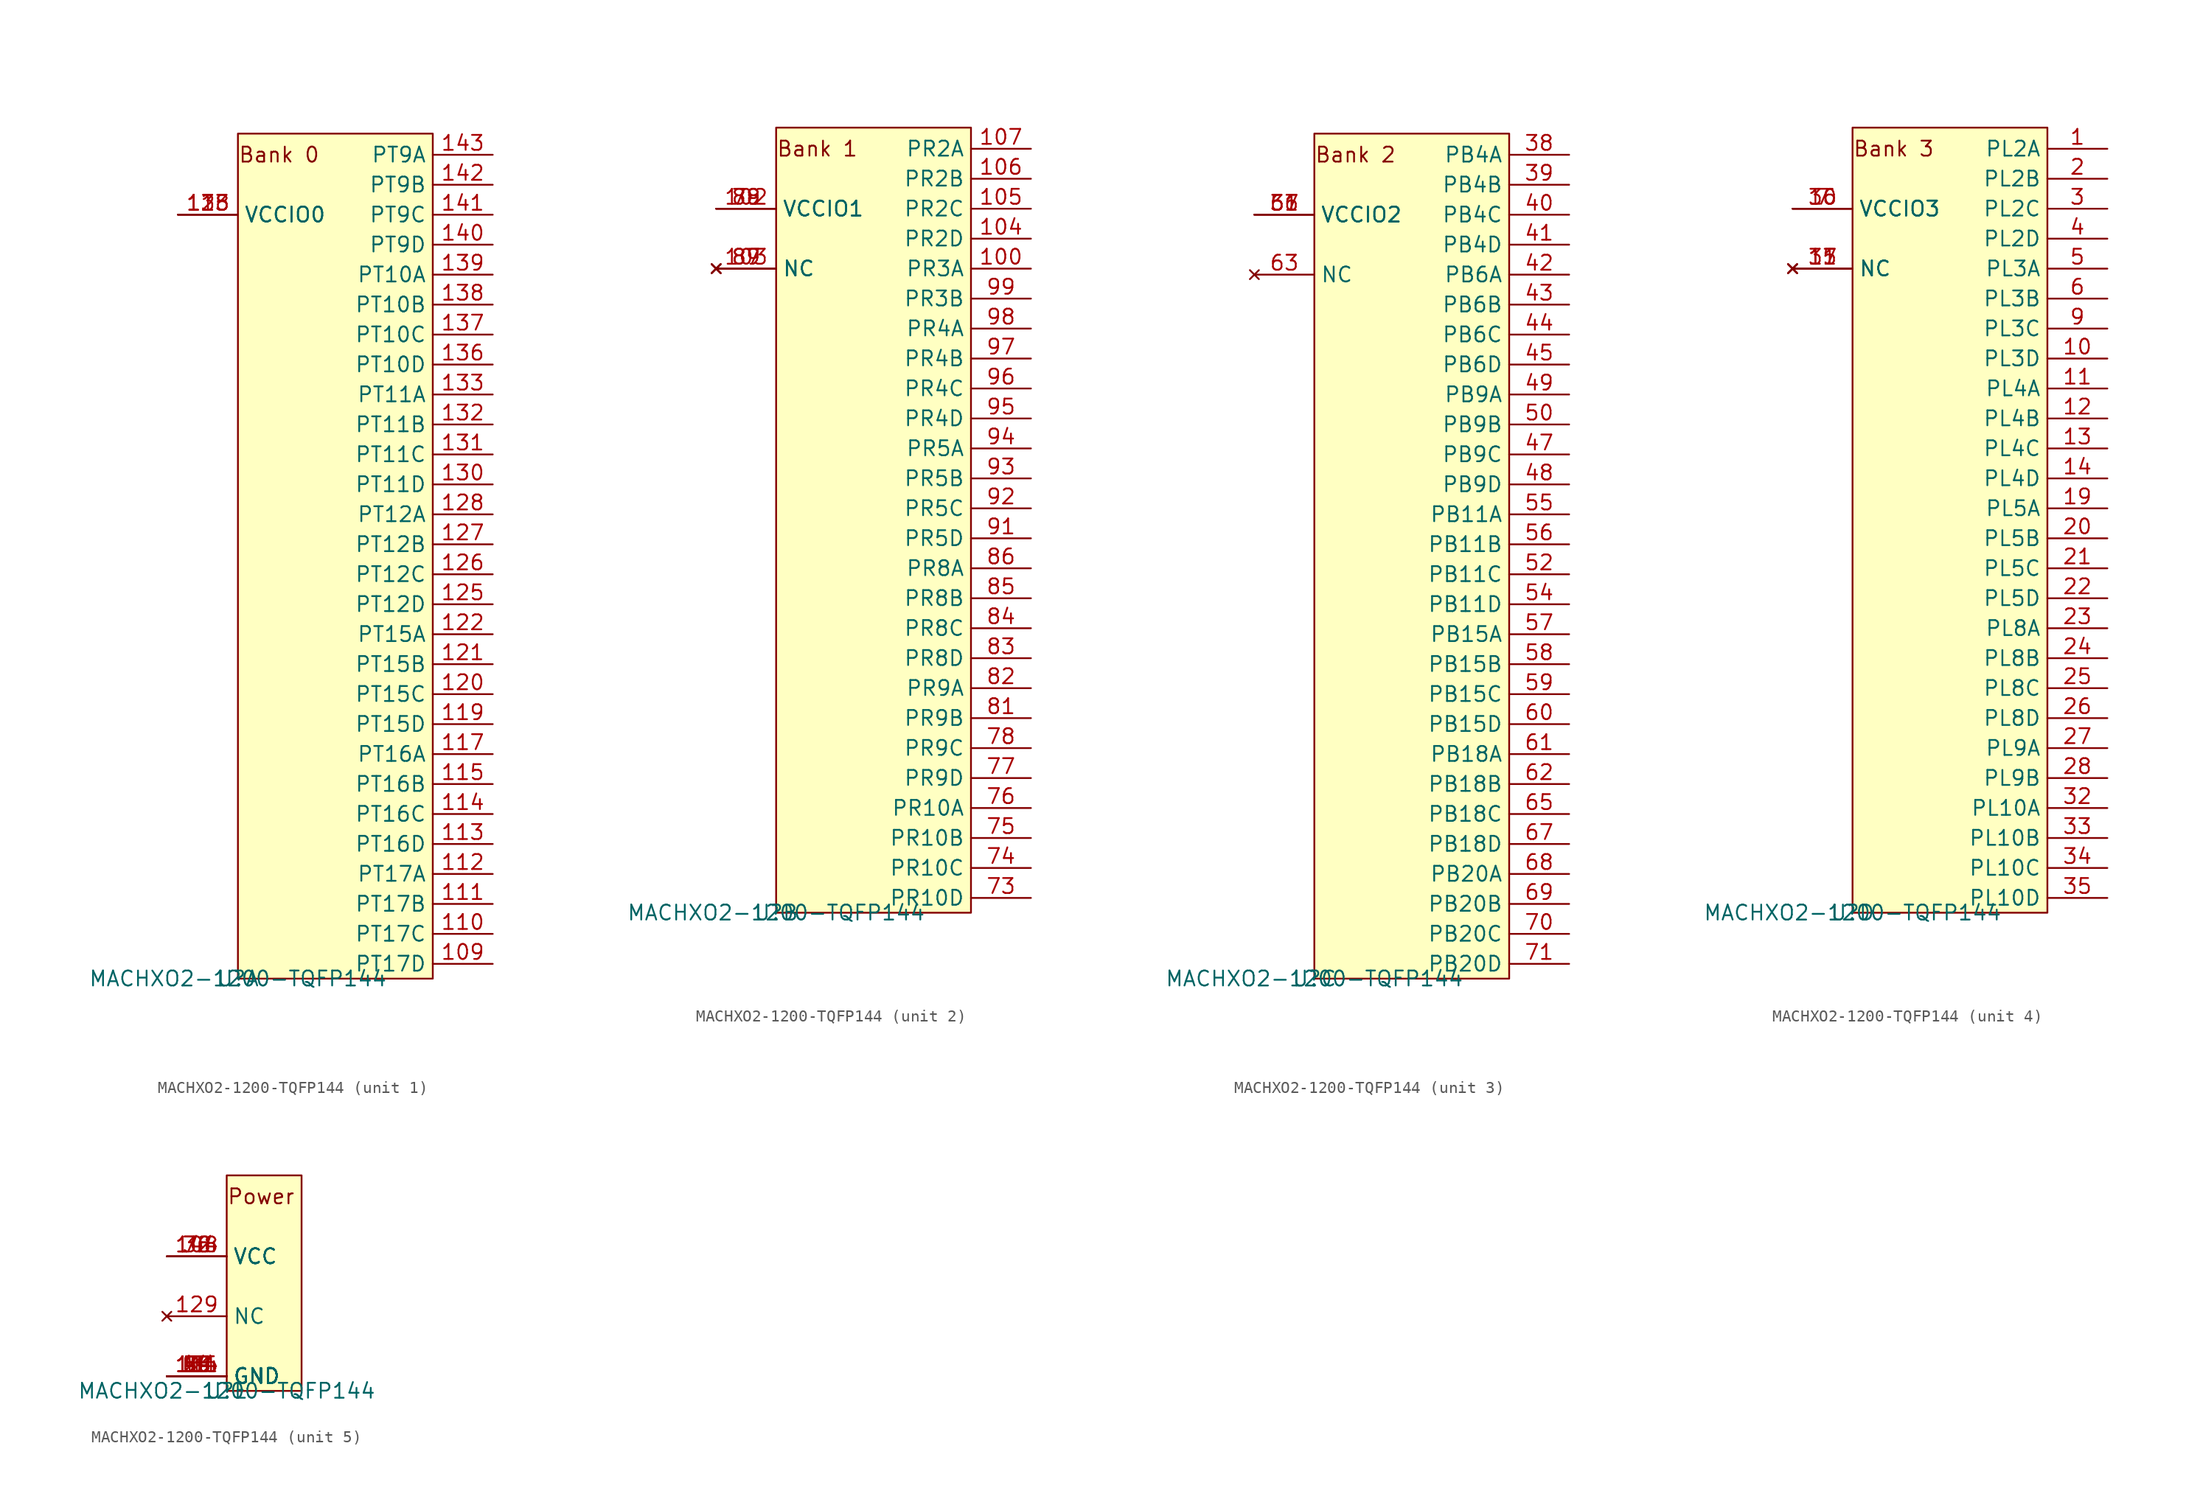
<source format=kicad_sym>
(kicad_symbol_lib
  (version 20211014)
  (generator kicad_symbol_editor)
  (symbol "MACHXO2-1200-TQFP144"
    (property "Reference" "U"
      (at 0 0 0)
      (effects (font (size 1.27 1.27))))
    (property "Value" "MACHXO2-1200-TQFP144"
      (at 0 0 0)
      (effects (font (size 1.27 1.27))))
    (property "ki_locked" ""
      (at 0 0 0)
      (effects (font (size 1.27 1.27))))
    (symbol "MACHXO2-1200-TQFP144_1_0"
      (pin power_in line (at -5.08 64.754 0) (length 5.08) (name "VCCIO0" (effects (font (size 1.27 1.27)))) (number "118" (effects (font (size 1.27 1.27)))))
      (pin power_in line (at -5.08 64.754 0) (length 5.08) (name "VCCIO0" (effects (font (size 1.27 1.27)))) (number "123" (effects (font (size 1.27 1.27)))))
      (pin power_in line (at -5.08 64.754 0) (length 5.08) (name "VCCIO0" (effects (font (size 1.27 1.27)))) (number "135" (effects (font (size 1.27 1.27)))))
      (pin bidirectional line (at 21.59 69.834 180) (length 5.08) (name "PT9A" (effects (font (size 1.27 1.27)))) (number "143" (effects (font (size 1.27 1.27)))))
      (pin bidirectional line (at 21.59 67.294 180) (length 5.08) (name "PT9B" (effects (font (size 1.27 1.27)))) (number "142" (effects (font (size 1.27 1.27)))))
      (pin bidirectional line (at 21.59 64.754 180) (length 5.08) (name "PT9C" (effects (font (size 1.27 1.27)))) (number "141" (effects (font (size 1.27 1.27)))))
      (pin bidirectional line (at 21.59 62.214 180) (length 5.08) (name "PT9D" (effects (font (size 1.27 1.27)))) (number "140" (effects (font (size 1.27 1.27)))))
      (pin bidirectional line (at 21.59 59.674 180) (length 5.08) (name "PT10A" (effects (font (size 1.27 1.27)))) (number "139" (effects (font (size 1.27 1.27)))))
      (pin bidirectional line (at 21.59 57.134 180) (length 5.08) (name "PT10B" (effects (font (size 1.27 1.27)))) (number "138" (effects (font (size 1.27 1.27)))))
      (pin bidirectional line (at 21.59 54.594 180) (length 5.08) (name "PT10C" (effects (font (size 1.27 1.27)))) (number "137" (effects (font (size 1.27 1.27)))))
      (pin bidirectional line (at 21.59 52.054 180) (length 5.08) (name "PT10D" (effects (font (size 1.27 1.27)))) (number "136" (effects (font (size 1.27 1.27)))))
      (pin bidirectional line (at 21.59 49.514 180) (length 5.08) (name "PT11A" (effects (font (size 1.27 1.27)))) (number "133" (effects (font (size 1.27 1.27)))))
      (pin bidirectional line (at 21.59 46.974 180) (length 5.08) (name "PT11B" (effects (font (size 1.27 1.27)))) (number "132" (effects (font (size 1.27 1.27)))))
      (pin bidirectional line (at 21.59 44.434 180) (length 5.08) (name "PT11C" (effects (font (size 1.27 1.27)))) (number "131" (effects (font (size 1.27 1.27)))))
      (pin bidirectional line (at 21.59 41.894 180) (length 5.08) (name "PT11D" (effects (font (size 1.27 1.27)))) (number "130" (effects (font (size 1.27 1.27)))))
      (pin bidirectional line (at 21.59 39.354 180) (length 5.08) (name "PT12A" (effects (font (size 1.27 1.27)))) (number "128" (effects (font (size 1.27 1.27)))))
      (pin bidirectional line (at 21.59 36.814 180) (length 5.08) (name "PT12B" (effects (font (size 1.27 1.27)))) (number "127" (effects (font (size 1.27 1.27)))))
      (pin bidirectional line (at 21.59 34.274 180) (length 5.08) (name "PT12C" (effects (font (size 1.27 1.27)))) (number "126" (effects (font (size 1.27 1.27)))))
      (pin bidirectional line (at 21.59 31.734 180) (length 5.08) (name "PT12D" (effects (font (size 1.27 1.27)))) (number "125" (effects (font (size 1.27 1.27)))))
      (pin bidirectional line (at 21.59 29.194 180) (length 5.08) (name "PT15A" (effects (font (size 1.27 1.27)))) (number "122" (effects (font (size 1.27 1.27)))))
      (pin bidirectional line (at 21.59 26.654 180) (length 5.08) (name "PT15B" (effects (font (size 1.27 1.27)))) (number "121" (effects (font (size 1.27 1.27)))))
      (pin bidirectional line (at 21.59 24.114 180) (length 5.08) (name "PT15C" (effects (font (size 1.27 1.27)))) (number "120" (effects (font (size 1.27 1.27)))))
      (pin bidirectional line (at 21.59 21.574 180) (length 5.08) (name "PT15D" (effects (font (size 1.27 1.27)))) (number "119" (effects (font (size 1.27 1.27)))))
      (pin bidirectional line (at 21.59 19.034 180) (length 5.08) (name "PT16A" (effects (font (size 1.27 1.27)))) (number "117" (effects (font (size 1.27 1.27)))))
      (pin bidirectional line (at 21.59 16.494 180) (length 5.08) (name "PT16B" (effects (font (size 1.27 1.27)))) (number "115" (effects (font (size 1.27 1.27)))))
      (pin bidirectional line (at 21.59 13.954 180) (length 5.08) (name "PT16C" (effects (font (size 1.27 1.27)))) (number "114" (effects (font (size 1.27 1.27)))))
      (pin bidirectional line (at 21.59 11.414 180) (length 5.08) (name "PT16D" (effects (font (size 1.27 1.27)))) (number "113" (effects (font (size 1.27 1.27)))))
      (pin bidirectional line (at 21.59 8.874 180) (length 5.08) (name "PT17A" (effects (font (size 1.27 1.27)))) (number "112" (effects (font (size 1.27 1.27)))))
      (pin bidirectional line (at 21.59 6.334 180) (length 5.08) (name "PT17B" (effects (font (size 1.27 1.27)))) (number "111" (effects (font (size 1.27 1.27)))))
      (pin bidirectional line (at 21.59 3.794 180) (length 5.08) (name "PT17C" (effects (font (size 1.27 1.27)))) (number "110" (effects (font (size 1.27 1.27)))))
      (pin bidirectional line (at 21.59 1.254 180) (length 5.08) (name "PT17D" (effects (font (size 1.27 1.27)))) (number "109" (effects (font (size 1.27 1.27))))))
    (symbol "MACHXO2-1200-TQFP144_1_1"
      (rectangle (start 0 0) (end 16.51 71.628) (stroke (width 0) (type default) (color 0 0 0 0)) (fill (type background)))
      (text "Bank 0" (at 0 69.834 0) (effects (font (size 1.27 1.27)) (justify left))))
    (symbol "MACHXO2-1200-TQFP144_2_0"
      (pin power_in line (at -5.08 59.674 0) (length 5.08) (name "VCCIO1" (effects (font (size 1.27 1.27)))) (number "79" (effects (font (size 1.27 1.27)))))
      (pin power_in line (at -5.08 59.674 0) (length 5.08) (name "VCCIO1" (effects (font (size 1.27 1.27)))) (number "88" (effects (font (size 1.27 1.27)))))
      (pin power_in line (at -5.08 59.674 0) (length 5.08) (name "VCCIO1" (effects (font (size 1.27 1.27)))) (number "102" (effects (font (size 1.27 1.27)))))
      (pin no_connect line (at -5.08 54.594 0) (length 5.08) (name "NC" (effects (font (size 1.27 1.27)))) (number "87" (effects (font (size 1.27 1.27)))))
      (pin no_connect line (at -5.08 54.594 0) (length 5.08) (name "NC" (effects (font (size 1.27 1.27)))) (number "89" (effects (font (size 1.27 1.27)))))
      (pin no_connect line (at -5.08 54.594 0) (length 5.08) (name "NC" (effects (font (size 1.27 1.27)))) (number "103" (effects (font (size 1.27 1.27)))))
      (pin bidirectional line (at 21.59 64.754 180) (length 5.08) (name "PR2A" (effects (font (size 1.27 1.27)))) (number "107" (effects (font (size 1.27 1.27)))))
      (pin bidirectional line (at 21.59 62.214 180) (length 5.08) (name "PR2B" (effects (font (size 1.27 1.27)))) (number "106" (effects (font (size 1.27 1.27)))))
      (pin bidirectional line (at 21.59 59.674 180) (length 5.08) (name "PR2C" (effects (font (size 1.27 1.27)))) (number "105" (effects (font (size 1.27 1.27)))))
      (pin bidirectional line (at 21.59 57.134 180) (length 5.08) (name "PR2D" (effects (font (size 1.27 1.27)))) (number "104" (effects (font (size 1.27 1.27)))))
      (pin bidirectional line (at 21.59 54.594 180) (length 5.08) (name "PR3A" (effects (font (size 1.27 1.27)))) (number "100" (effects (font (size 1.27 1.27)))))
      (pin bidirectional line (at 21.59 52.054 180) (length 5.08) (name "PR3B" (effects (font (size 1.27 1.27)))) (number "99" (effects (font (size 1.27 1.27)))))
      (pin bidirectional line (at 21.59 49.514 180) (length 5.08) (name "PR4A" (effects (font (size 1.27 1.27)))) (number "98" (effects (font (size 1.27 1.27)))))
      (pin bidirectional line (at 21.59 46.974 180) (length 5.08) (name "PR4B" (effects (font (size 1.27 1.27)))) (number "97" (effects (font (size 1.27 1.27)))))
      (pin bidirectional line (at 21.59 44.434 180) (length 5.08) (name "PR4C" (effects (font (size 1.27 1.27)))) (number "96" (effects (font (size 1.27 1.27)))))
      (pin bidirectional line (at 21.59 41.894 180) (length 5.08) (name "PR4D" (effects (font (size 1.27 1.27)))) (number "95" (effects (font (size 1.27 1.27)))))
      (pin bidirectional line (at 21.59 39.354 180) (length 5.08) (name "PR5A" (effects (font (size 1.27 1.27)))) (number "94" (effects (font (size 1.27 1.27)))))
      (pin bidirectional line (at 21.59 36.814 180) (length 5.08) (name "PR5B" (effects (font (size 1.27 1.27)))) (number "93" (effects (font (size 1.27 1.27)))))
      (pin bidirectional line (at 21.59 34.274 180) (length 5.08) (name "PR5C" (effects (font (size 1.27 1.27)))) (number "92" (effects (font (size 1.27 1.27)))))
      (pin bidirectional line (at 21.59 31.734 180) (length 5.08) (name "PR5D" (effects (font (size 1.27 1.27)))) (number "91" (effects (font (size 1.27 1.27)))))
      (pin bidirectional line (at 21.59 29.194 180) (length 5.08) (name "PR8A" (effects (font (size 1.27 1.27)))) (number "86" (effects (font (size 1.27 1.27)))))
      (pin bidirectional line (at 21.59 26.654 180) (length 5.08) (name "PR8B" (effects (font (size 1.27 1.27)))) (number "85" (effects (font (size 1.27 1.27)))))
      (pin bidirectional line (at 21.59 24.114 180) (length 5.08) (name "PR8C" (effects (font (size 1.27 1.27)))) (number "84" (effects (font (size 1.27 1.27)))))
      (pin bidirectional line (at 21.59 21.574 180) (length 5.08) (name "PR8D" (effects (font (size 1.27 1.27)))) (number "83" (effects (font (size 1.27 1.27)))))
      (pin bidirectional line (at 21.59 19.034 180) (length 5.08) (name "PR9A" (effects (font (size 1.27 1.27)))) (number "82" (effects (font (size 1.27 1.27)))))
      (pin bidirectional line (at 21.59 16.494 180) (length 5.08) (name "PR9B" (effects (font (size 1.27 1.27)))) (number "81" (effects (font (size 1.27 1.27)))))
      (pin bidirectional line (at 21.59 13.954 180) (length 5.08) (name "PR9C" (effects (font (size 1.27 1.27)))) (number "78" (effects (font (size 1.27 1.27)))))
      (pin bidirectional line (at 21.59 11.414 180) (length 5.08) (name "PR9D" (effects (font (size 1.27 1.27)))) (number "77" (effects (font (size 1.27 1.27)))))
      (pin bidirectional line (at 21.59 8.874 180) (length 5.08) (name "PR10A" (effects (font (size 1.27 1.27)))) (number "76" (effects (font (size 1.27 1.27)))))
      (pin bidirectional line (at 21.59 6.334 180) (length 5.08) (name "PR10B" (effects (font (size 1.27 1.27)))) (number "75" (effects (font (size 1.27 1.27)))))
      (pin bidirectional line (at 21.59 3.794 180) (length 5.08) (name "PR10C" (effects (font (size 1.27 1.27)))) (number "74" (effects (font (size 1.27 1.27)))))
      (pin bidirectional line (at 21.59 1.254 180) (length 5.08) (name "PR10D" (effects (font (size 1.27 1.27)))) (number "73" (effects (font (size 1.27 1.27))))))
    (symbol "MACHXO2-1200-TQFP144_2_1"
      (rectangle (start 0 0) (end 16.51 66.548) (stroke (width 0) (type default) (color 0 0 0 0)) (fill (type background)))
      (text "Bank 1" (at 0 64.754 0) (effects (font (size 1.27 1.27)) (justify left))))
    (symbol "MACHXO2-1200-TQFP144_3_0"
      (pin power_in line (at -5.08 64.754 0) (length 5.08) (name "VCCIO2" (effects (font (size 1.27 1.27)))) (number "37" (effects (font (size 1.27 1.27)))))
      (pin power_in line (at -5.08 64.754 0) (length 5.08) (name "VCCIO2" (effects (font (size 1.27 1.27)))) (number "51" (effects (font (size 1.27 1.27)))))
      (pin power_in line (at -5.08 64.754 0) (length 5.08) (name "VCCIO2" (effects (font (size 1.27 1.27)))) (number "66" (effects (font (size 1.27 1.27)))))
      (pin no_connect line (at -5.08 59.674 0) (length 5.08) (name "NC" (effects (font (size 1.27 1.27)))) (number "63" (effects (font (size 1.27 1.27)))))
      (pin bidirectional line (at 21.59 69.834 180) (length 5.08) (name "PB4A" (effects (font (size 1.27 1.27)))) (number "38" (effects (font (size 1.27 1.27)))))
      (pin bidirectional line (at 21.59 67.294 180) (length 5.08) (name "PB4B" (effects (font (size 1.27 1.27)))) (number "39" (effects (font (size 1.27 1.27)))))
      (pin bidirectional line (at 21.59 64.754 180) (length 5.08) (name "PB4C" (effects (font (size 1.27 1.27)))) (number "40" (effects (font (size 1.27 1.27)))))
      (pin bidirectional line (at 21.59 62.214 180) (length 5.08) (name "PB4D" (effects (font (size 1.27 1.27)))) (number "41" (effects (font (size 1.27 1.27)))))
      (pin bidirectional line (at 21.59 59.674 180) (length 5.08) (name "PB6A" (effects (font (size 1.27 1.27)))) (number "42" (effects (font (size 1.27 1.27)))))
      (pin bidirectional line (at 21.59 57.134 180) (length 5.08) (name "PB6B" (effects (font (size 1.27 1.27)))) (number "43" (effects (font (size 1.27 1.27)))))
      (pin bidirectional line (at 21.59 54.594 180) (length 5.08) (name "PB6C" (effects (font (size 1.27 1.27)))) (number "44" (effects (font (size 1.27 1.27)))))
      (pin bidirectional line (at 21.59 52.054 180) (length 5.08) (name "PB6D" (effects (font (size 1.27 1.27)))) (number "45" (effects (font (size 1.27 1.27)))))
      (pin bidirectional line (at 21.59 49.514 180) (length 5.08) (name "PB9A" (effects (font (size 1.27 1.27)))) (number "49" (effects (font (size 1.27 1.27)))))
      (pin bidirectional line (at 21.59 46.974 180) (length 5.08) (name "PB9B" (effects (font (size 1.27 1.27)))) (number "50" (effects (font (size 1.27 1.27)))))
      (pin bidirectional line (at 21.59 44.434 180) (length 5.08) (name "PB9C" (effects (font (size 1.27 1.27)))) (number "47" (effects (font (size 1.27 1.27)))))
      (pin bidirectional line (at 21.59 41.894 180) (length 5.08) (name "PB9D" (effects (font (size 1.27 1.27)))) (number "48" (effects (font (size 1.27 1.27)))))
      (pin bidirectional line (at 21.59 39.354 180) (length 5.08) (name "PB11A" (effects (font (size 1.27 1.27)))) (number "55" (effects (font (size 1.27 1.27)))))
      (pin bidirectional line (at 21.59 36.814 180) (length 5.08) (name "PB11B" (effects (font (size 1.27 1.27)))) (number "56" (effects (font (size 1.27 1.27)))))
      (pin bidirectional line (at 21.59 34.274 180) (length 5.08) (name "PB11C" (effects (font (size 1.27 1.27)))) (number "52" (effects (font (size 1.27 1.27)))))
      (pin bidirectional line (at 21.59 31.734 180) (length 5.08) (name "PB11D" (effects (font (size 1.27 1.27)))) (number "54" (effects (font (size 1.27 1.27)))))
      (pin bidirectional line (at 21.59 29.194 180) (length 5.08) (name "PB15A" (effects (font (size 1.27 1.27)))) (number "57" (effects (font (size 1.27 1.27)))))
      (pin bidirectional line (at 21.59 26.654 180) (length 5.08) (name "PB15B" (effects (font (size 1.27 1.27)))) (number "58" (effects (font (size 1.27 1.27)))))
      (pin bidirectional line (at 21.59 24.114 180) (length 5.08) (name "PB15C" (effects (font (size 1.27 1.27)))) (number "59" (effects (font (size 1.27 1.27)))))
      (pin bidirectional line (at 21.59 21.574 180) (length 5.08) (name "PB15D" (effects (font (size 1.27 1.27)))) (number "60" (effects (font (size 1.27 1.27)))))
      (pin bidirectional line (at 21.59 19.034 180) (length 5.08) (name "PB18A" (effects (font (size 1.27 1.27)))) (number "61" (effects (font (size 1.27 1.27)))))
      (pin bidirectional line (at 21.59 16.494 180) (length 5.08) (name "PB18B" (effects (font (size 1.27 1.27)))) (number "62" (effects (font (size 1.27 1.27)))))
      (pin bidirectional line (at 21.59 13.954 180) (length 5.08) (name "PB18C" (effects (font (size 1.27 1.27)))) (number "65" (effects (font (size 1.27 1.27)))))
      (pin bidirectional line (at 21.59 11.414 180) (length 5.08) (name "PB18D" (effects (font (size 1.27 1.27)))) (number "67" (effects (font (size 1.27 1.27)))))
      (pin bidirectional line (at 21.59 8.874 180) (length 5.08) (name "PB20A" (effects (font (size 1.27 1.27)))) (number "68" (effects (font (size 1.27 1.27)))))
      (pin bidirectional line (at 21.59 6.334 180) (length 5.08) (name "PB20B" (effects (font (size 1.27 1.27)))) (number "69" (effects (font (size 1.27 1.27)))))
      (pin bidirectional line (at 21.59 3.794 180) (length 5.08) (name "PB20C" (effects (font (size 1.27 1.27)))) (number "70" (effects (font (size 1.27 1.27)))))
      (pin bidirectional line (at 21.59 1.254 180) (length 5.08) (name "PB20D" (effects (font (size 1.27 1.27)))) (number "71" (effects (font (size 1.27 1.27))))))
    (symbol "MACHXO2-1200-TQFP144_3_1"
      (rectangle (start 0 0) (end 16.51 71.628) (stroke (width 0) (type default) (color 0 0 0 0)) (fill (type background)))
      (text "Bank 2" (at 0 69.834 0) (effects (font (size 1.27 1.27)) (justify left))))
    (symbol "MACHXO2-1200-TQFP144_4_0"
      (pin power_in line (at -5.08 59.674 0) (length 5.08) (name "VCCIO3" (effects (font (size 1.27 1.27)))) (number "7" (effects (font (size 1.27 1.27)))))
      (pin power_in line (at -5.08 59.674 0) (length 5.08) (name "VCCIO3" (effects (font (size 1.27 1.27)))) (number "16" (effects (font (size 1.27 1.27)))))
      (pin power_in line (at -5.08 59.674 0) (length 5.08) (name "VCCIO3" (effects (font (size 1.27 1.27)))) (number "30" (effects (font (size 1.27 1.27)))))
      (pin no_connect line (at -5.08 54.594 0) (length 5.08) (name "NC" (effects (font (size 1.27 1.27)))) (number "15" (effects (font (size 1.27 1.27)))))
      (pin no_connect line (at -5.08 54.594 0) (length 5.08) (name "NC" (effects (font (size 1.27 1.27)))) (number "17" (effects (font (size 1.27 1.27)))))
      (pin no_connect line (at -5.08 54.594 0) (length 5.08) (name "NC" (effects (font (size 1.27 1.27)))) (number "31" (effects (font (size 1.27 1.27)))))
      (pin bidirectional line (at 21.59 64.754 180) (length 5.08) (name "PL2A" (effects (font (size 1.27 1.27)))) (number "1" (effects (font (size 1.27 1.27)))))
      (pin bidirectional line (at 21.59 62.214 180) (length 5.08) (name "PL2B" (effects (font (size 1.27 1.27)))) (number "2" (effects (font (size 1.27 1.27)))))
      (pin bidirectional line (at 21.59 59.674 180) (length 5.08) (name "PL2C" (effects (font (size 1.27 1.27)))) (number "3" (effects (font (size 1.27 1.27)))))
      (pin bidirectional line (at 21.59 57.134 180) (length 5.08) (name "PL2D" (effects (font (size 1.27 1.27)))) (number "4" (effects (font (size 1.27 1.27)))))
      (pin bidirectional line (at 21.59 54.594 180) (length 5.08) (name "PL3A" (effects (font (size 1.27 1.27)))) (number "5" (effects (font (size 1.27 1.27)))))
      (pin bidirectional line (at 21.59 52.054 180) (length 5.08) (name "PL3B" (effects (font (size 1.27 1.27)))) (number "6" (effects (font (size 1.27 1.27)))))
      (pin bidirectional line (at 21.59 49.514 180) (length 5.08) (name "PL3C" (effects (font (size 1.27 1.27)))) (number "9" (effects (font (size 1.27 1.27)))))
      (pin bidirectional line (at 21.59 46.974 180) (length 5.08) (name "PL3D" (effects (font (size 1.27 1.27)))) (number "10" (effects (font (size 1.27 1.27)))))
      (pin bidirectional line (at 21.59 44.434 180) (length 5.08) (name "PL4A" (effects (font (size 1.27 1.27)))) (number "11" (effects (font (size 1.27 1.27)))))
      (pin bidirectional line (at 21.59 41.894 180) (length 5.08) (name "PL4B" (effects (font (size 1.27 1.27)))) (number "12" (effects (font (size 1.27 1.27)))))
      (pin bidirectional line (at 21.59 39.354 180) (length 5.08) (name "PL4C" (effects (font (size 1.27 1.27)))) (number "13" (effects (font (size 1.27 1.27)))))
      (pin bidirectional line (at 21.59 36.814 180) (length 5.08) (name "PL4D" (effects (font (size 1.27 1.27)))) (number "14" (effects (font (size 1.27 1.27)))))
      (pin bidirectional line (at 21.59 34.274 180) (length 5.08) (name "PL5A" (effects (font (size 1.27 1.27)))) (number "19" (effects (font (size 1.27 1.27)))))
      (pin bidirectional line (at 21.59 31.734 180) (length 5.08) (name "PL5B" (effects (font (size 1.27 1.27)))) (number "20" (effects (font (size 1.27 1.27)))))
      (pin bidirectional line (at 21.59 29.194 180) (length 5.08) (name "PL5C" (effects (font (size 1.27 1.27)))) (number "21" (effects (font (size 1.27 1.27)))))
      (pin bidirectional line (at 21.59 26.654 180) (length 5.08) (name "PL5D" (effects (font (size 1.27 1.27)))) (number "22" (effects (font (size 1.27 1.27)))))
      (pin bidirectional line (at 21.59 24.114 180) (length 5.08) (name "PL8A" (effects (font (size 1.27 1.27)))) (number "23" (effects (font (size 1.27 1.27)))))
      (pin bidirectional line (at 21.59 21.574 180) (length 5.08) (name "PL8B" (effects (font (size 1.27 1.27)))) (number "24" (effects (font (size 1.27 1.27)))))
      (pin bidirectional line (at 21.59 19.034 180) (length 5.08) (name "PL8C" (effects (font (size 1.27 1.27)))) (number "25" (effects (font (size 1.27 1.27)))))
      (pin bidirectional line (at 21.59 16.494 180) (length 5.08) (name "PL8D" (effects (font (size 1.27 1.27)))) (number "26" (effects (font (size 1.27 1.27)))))
      (pin bidirectional line (at 21.59 13.954 180) (length 5.08) (name "PL9A" (effects (font (size 1.27 1.27)))) (number "27" (effects (font (size 1.27 1.27)))))
      (pin bidirectional line (at 21.59 11.414 180) (length 5.08) (name "PL9B" (effects (font (size 1.27 1.27)))) (number "28" (effects (font (size 1.27 1.27)))))
      (pin bidirectional line (at 21.59 8.874 180) (length 5.08) (name "PL10A" (effects (font (size 1.27 1.27)))) (number "32" (effects (font (size 1.27 1.27)))))
      (pin bidirectional line (at 21.59 6.334 180) (length 5.08) (name "PL10B" (effects (font (size 1.27 1.27)))) (number "33" (effects (font (size 1.27 1.27)))))
      (pin bidirectional line (at 21.59 3.794 180) (length 5.08) (name "PL10C" (effects (font (size 1.27 1.27)))) (number "34" (effects (font (size 1.27 1.27)))))
      (pin bidirectional line (at 21.59 1.254 180) (length 5.08) (name "PL10D" (effects (font (size 1.27 1.27)))) (number "35" (effects (font (size 1.27 1.27))))))
    (symbol "MACHXO2-1200-TQFP144_4_1"
      (rectangle (start 0 0) (end 16.51 66.548) (stroke (width 0) (type default) (color 0 0 0 0)) (fill (type background)))
      (text "Bank 3" (at 0 64.754 0) (effects (font (size 1.27 1.27)) (justify left))))
    (symbol "MACHXO2-1200-TQFP144_5_0"
      (pin power_in line (at -5.08 11.414 0) (length 5.08) (name "VCC" (effects (font (size 1.27 1.27)))) (number "36" (effects (font (size 1.27 1.27)))))
      (pin power_in line (at -5.08 11.414 0) (length 5.08) (name "VCC" (effects (font (size 1.27 1.27)))) (number "72" (effects (font (size 1.27 1.27)))))
      (pin power_in line (at -5.08 11.414 0) (length 5.08) (name "VCC" (effects (font (size 1.27 1.27)))) (number "108" (effects (font (size 1.27 1.27)))))
      (pin power_in line (at -5.08 11.414 0) (length 5.08) (name "VCC" (effects (font (size 1.27 1.27)))) (number "144" (effects (font (size 1.27 1.27)))))
      (pin no_connect line (at -5.08 6.334 0) (length 5.08) (name "NC" (effects (font (size 1.27 1.27)))) (number "129" (effects (font (size 1.27 1.27)))))
      (pin power_in line (at -5.08 1.254 0) (length 5.08) (name "GND" (effects (font (size 1.27 1.27)))) (number "8" (effects (font (size 1.27 1.27)))))
      (pin power_in line (at -5.08 1.254 0) (length 5.08) (name "GND" (effects (font (size 1.27 1.27)))) (number "18" (effects (font (size 1.27 1.27)))))
      (pin power_in line (at -5.08 1.254 0) (length 5.08) (name "GND" (effects (font (size 1.27 1.27)))) (number "29" (effects (font (size 1.27 1.27)))))
      (pin power_in line (at -5.08 1.254 0) (length 5.08) (name "GND" (effects (font (size 1.27 1.27)))) (number "46" (effects (font (size 1.27 1.27)))))
      (pin power_in line (at -5.08 1.254 0) (length 5.08) (name "GND" (effects (font (size 1.27 1.27)))) (number "53" (effects (font (size 1.27 1.27)))))
      (pin power_in line (at -5.08 1.254 0) (length 5.08) (name "GND" (effects (font (size 1.27 1.27)))) (number "64" (effects (font (size 1.27 1.27)))))
      (pin power_in line (at -5.08 1.254 0) (length 5.08) (name "GND" (effects (font (size 1.27 1.27)))) (number "80" (effects (font (size 1.27 1.27)))))
      (pin power_in line (at -5.08 1.254 0) (length 5.08) (name "GND" (effects (font (size 1.27 1.27)))) (number "90" (effects (font (size 1.27 1.27)))))
      (pin power_in line (at -5.08 1.254 0) (length 5.08) (name "GND" (effects (font (size 1.27 1.27)))) (number "101" (effects (font (size 1.27 1.27)))))
      (pin power_in line (at -5.08 1.254 0) (length 5.08) (name "GND" (effects (font (size 1.27 1.27)))) (number "116" (effects (font (size 1.27 1.27)))))
      (pin power_in line (at -5.08 1.254 0) (length 5.08) (name "GND" (effects (font (size 1.27 1.27)))) (number "124" (effects (font (size 1.27 1.27)))))
      (pin power_in line (at -5.08 1.254 0) (length 5.08) (name "GND" (effects (font (size 1.27 1.27)))) (number "134" (effects (font (size 1.27 1.27)))))
      (pin power_in line (at -5.08 1.254 0) (length 5.08) (name "GND" (effects (font (size 1.27 1.27)))) (number "89" (effects (font (size 1.27 1.27)))))
      (pin power_in line (at -5.08 1.254 0) (length 5.08) (name "GND" (effects (font (size 1.27 1.27)))) (number "89" (effects (font (size 1.27 1.27))))))
    (symbol "MACHXO2-1200-TQFP144_5_1"
      (rectangle (start 0 0) (end 6.35 18.288) (stroke (width 0) (type default) (color 0 0 0 0)) (fill (type background)))
      (text "Power" (at 0 16.494 0) (effects (font (size 1.27 1.27)) (justify left))))))
</source>
